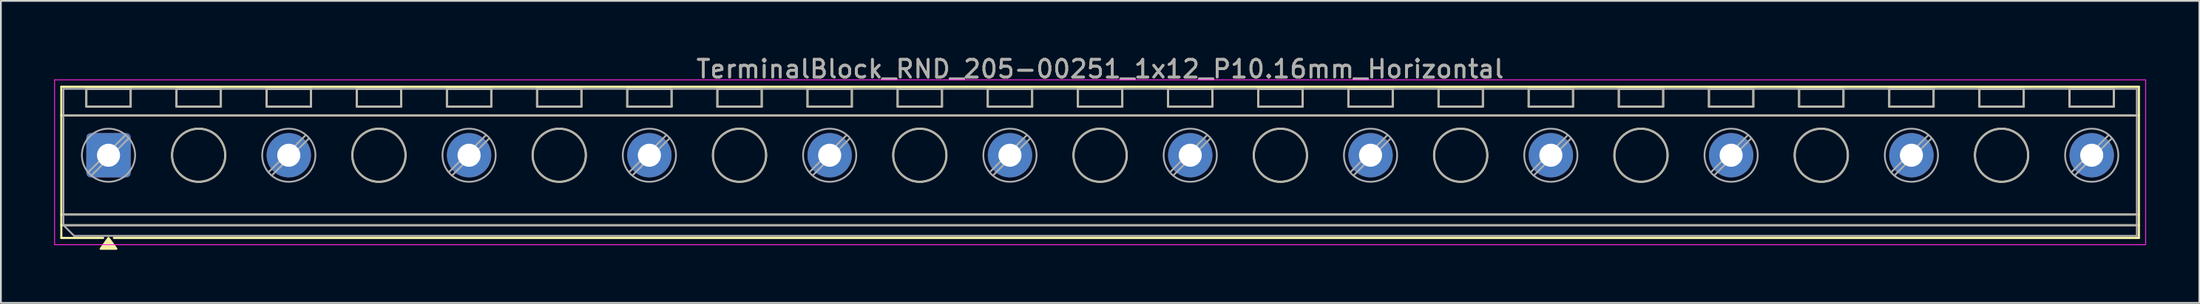
<source format=kicad_pcb>
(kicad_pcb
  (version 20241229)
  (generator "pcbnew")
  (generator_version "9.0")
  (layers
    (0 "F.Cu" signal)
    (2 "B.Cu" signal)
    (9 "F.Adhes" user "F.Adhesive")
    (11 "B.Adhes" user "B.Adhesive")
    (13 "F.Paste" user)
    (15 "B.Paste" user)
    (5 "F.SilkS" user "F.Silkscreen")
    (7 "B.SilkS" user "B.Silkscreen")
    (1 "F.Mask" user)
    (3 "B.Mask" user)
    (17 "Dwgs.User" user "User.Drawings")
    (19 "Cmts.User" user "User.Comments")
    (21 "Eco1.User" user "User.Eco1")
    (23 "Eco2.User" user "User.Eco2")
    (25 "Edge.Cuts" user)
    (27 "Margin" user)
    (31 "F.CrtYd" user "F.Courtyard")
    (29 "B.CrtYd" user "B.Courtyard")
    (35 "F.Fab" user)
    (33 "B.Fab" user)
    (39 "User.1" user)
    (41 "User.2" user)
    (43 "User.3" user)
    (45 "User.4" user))
  (footprint "TerminalBlock_RND_205-00251_1x12_P10.16mm_Horizontal"
    (layer "F.Cu")
    (at 3.065 5.718)
    (property "Reference" "TerminalBlock_RND_205-00251_1x12_P10.16mm_Horizontal" (at 55.88 -4.87 0) (layer "F.SilkS") (effects (font (size 1 1) (thickness 0.15))))
    (attr through_hole)
    (fp_line (start -2.66 -3.87) (end 114.42 -3.87) (stroke (width 0.12) (type solid)) (layer "F.SilkS"))
    (fp_line (start -2.66 -2.25) (end 114.42 -2.25) (stroke (width 0.12) (type solid)) (layer "F.SilkS"))
    (fp_line (start -2.66 3.35) (end 114.42 3.35) (stroke (width 0.12) (type solid)) (layer "F.SilkS"))
    (fp_line (start -2.66 3.95) (end 114.42 3.95) (stroke (width 0.12) (type solid)) (layer "F.SilkS"))
    (fp_line (start -2.66 4.67) (end -2.66 -3.87) (stroke (width 0.12) (type solid)) (layer "F.SilkS"))
    (fp_line (start -1.25 -3.75) (end 1.25 -3.75) (stroke (width 0.12) (type solid)) (layer "F.SilkS"))
    (fp_line (start -1.25 -2.75) (end -1.25 -3.75) (stroke (width 0.12) (type solid)) (layer "F.SilkS"))
    (fp_line (start -0.3 4.67) (end -2.66 4.67) (stroke (width 0.12) (type solid)) (layer "F.SilkS"))
    (fp_line (start 1.25 -3.75) (end 1.25 -2.75) (stroke (width 0.12) (type solid)) (layer "F.SilkS"))
    (fp_line (start 1.25 -2.75) (end -1.25 -2.75) (stroke (width 0.12) (type solid)) (layer "F.SilkS"))
    (fp_line (start 3.83 -3.75) (end 6.33 -3.75) (stroke (width 0.12) (type solid)) (layer "F.SilkS"))
    (fp_line (start 3.83 -2.75) (end 3.83 -3.75) (stroke (width 0.12) (type solid)) (layer "F.SilkS"))
    (fp_line (start 6.33 -3.75) (end 6.33 -2.75) (stroke (width 0.12) (type solid)) (layer "F.SilkS"))
    (fp_line (start 6.33 -2.75) (end 3.83 -2.75) (stroke (width 0.12) (type solid)) (layer "F.SilkS"))
    (fp_line (start 8.91 -3.75) (end 11.41 -3.75) (stroke (width 0.12) (type solid)) (layer "F.SilkS"))
    (fp_line (start 8.91 -2.75) (end 8.91 -3.75) (stroke (width 0.12) (type solid)) (layer "F.SilkS"))
    (fp_line (start 11.41 -3.75) (end 11.41 -2.75) (stroke (width 0.12) (type solid)) (layer "F.SilkS"))
    (fp_line (start 11.41 -2.75) (end 8.91 -2.75) (stroke (width 0.12) (type solid)) (layer "F.SilkS"))
    (fp_line (start 13.99 -3.75) (end 16.49 -3.75) (stroke (width 0.12) (type solid)) (layer "F.SilkS"))
    (fp_line (start 13.99 -2.75) (end 13.99 -3.75) (stroke (width 0.12) (type solid)) (layer "F.SilkS"))
    (fp_line (start 16.49 -3.75) (end 16.49 -2.75) (stroke (width 0.12) (type solid)) (layer "F.SilkS"))
    (fp_line (start 16.49 -2.75) (end 13.99 -2.75) (stroke (width 0.12) (type solid)) (layer "F.SilkS"))
    (fp_line (start 19.07 -3.75) (end 21.57 -3.75) (stroke (width 0.12) (type solid)) (layer "F.SilkS"))
    (fp_line (start 19.07 -2.75) (end 19.07 -3.75) (stroke (width 0.12) (type solid)) (layer "F.SilkS"))
    (fp_line (start 21.57 -3.75) (end 21.57 -2.75) (stroke (width 0.12) (type solid)) (layer "F.SilkS"))
    (fp_line (start 21.57 -2.75) (end 19.07 -2.75) (stroke (width 0.12) (type solid)) (layer "F.SilkS"))
    (fp_line (start 24.15 -3.75) (end 26.65 -3.75) (stroke (width 0.12) (type solid)) (layer "F.SilkS"))
    (fp_line (start 24.15 -2.75) (end 24.15 -3.75) (stroke (width 0.12) (type solid)) (layer "F.SilkS"))
    (fp_line (start 26.65 -3.75) (end 26.65 -2.75) (stroke (width 0.12) (type solid)) (layer "F.SilkS"))
    (fp_line (start 26.65 -2.75) (end 24.15 -2.75) (stroke (width 0.12) (type solid)) (layer "F.SilkS"))
    (fp_line (start 29.23 -3.75) (end 31.73 -3.75) (stroke (width 0.12) (type solid)) (layer "F.SilkS"))
    (fp_line (start 29.23 -2.75) (end 29.23 -3.75) (stroke (width 0.12) (type solid)) (layer "F.SilkS"))
    (fp_line (start 31.73 -3.75) (end 31.73 -2.75) (stroke (width 0.12) (type solid)) (layer "F.SilkS"))
    (fp_line (start 31.73 -2.75) (end 29.23 -2.75) (stroke (width 0.12) (type solid)) (layer "F.SilkS"))
    (fp_line (start 34.31 -3.75) (end 36.81 -3.75) (stroke (width 0.12) (type solid)) (layer "F.SilkS"))
    (fp_line (start 34.31 -2.75) (end 34.31 -3.75) (stroke (width 0.12) (type solid)) (layer "F.SilkS"))
    (fp_line (start 36.81 -3.75) (end 36.81 -2.75) (stroke (width 0.12) (type solid)) (layer "F.SilkS"))
    (fp_line (start 36.81 -2.75) (end 34.31 -2.75) (stroke (width 0.12) (type solid)) (layer "F.SilkS"))
    (fp_line (start 39.39 -3.75) (end 41.89 -3.75) (stroke (width 0.12) (type solid)) (layer "F.SilkS"))
    (fp_line (start 39.39 -2.75) (end 39.39 -3.75) (stroke (width 0.12) (type solid)) (layer "F.SilkS"))
    (fp_line (start 41.89 -3.75) (end 41.89 -2.75) (stroke (width 0.12) (type solid)) (layer "F.SilkS"))
    (fp_line (start 41.89 -2.75) (end 39.39 -2.75) (stroke (width 0.12) (type solid)) (layer "F.SilkS"))
    (fp_line (start 44.47 -3.75) (end 46.97 -3.75) (stroke (width 0.12) (type solid)) (layer "F.SilkS"))
    (fp_line (start 44.47 -2.75) (end 44.47 -3.75) (stroke (width 0.12) (type solid)) (layer "F.SilkS"))
    (fp_line (start 46.97 -3.75) (end 46.97 -2.75) (stroke (width 0.12) (type solid)) (layer "F.SilkS"))
    (fp_line (start 46.97 -2.75) (end 44.47 -2.75) (stroke (width 0.12) (type solid)) (layer "F.SilkS"))
    (fp_line (start 49.55 -3.75) (end 52.05 -3.75) (stroke (width 0.12) (type solid)) (layer "F.SilkS"))
    (fp_line (start 49.55 -2.75) (end 49.55 -3.75) (stroke (width 0.12) (type solid)) (layer "F.SilkS"))
    (fp_line (start 52.05 -3.75) (end 52.05 -2.75) (stroke (width 0.12) (type solid)) (layer "F.SilkS"))
    (fp_line (start 52.05 -2.75) (end 49.55 -2.75) (stroke (width 0.12) (type solid)) (layer "F.SilkS"))
    (fp_line (start 54.63 -3.75) (end 57.13 -3.75) (stroke (width 0.12) (type solid)) (layer "F.SilkS"))
    (fp_line (start 54.63 -2.75) (end 54.63 -3.75) (stroke (width 0.12) (type solid)) (layer "F.SilkS"))
    (fp_line (start 57.13 -3.75) (end 57.13 -2.75) (stroke (width 0.12) (type solid)) (layer "F.SilkS"))
    (fp_line (start 57.13 -2.75) (end 54.63 -2.75) (stroke (width 0.12) (type solid)) (layer "F.SilkS"))
    (fp_line (start 59.71 -3.75) (end 62.21 -3.75) (stroke (width 0.12) (type solid)) (layer "F.SilkS"))
    (fp_line (start 59.71 -2.75) (end 59.71 -3.75) (stroke (width 0.12) (type solid)) (layer "F.SilkS"))
    (fp_line (start 62.21 -3.75) (end 62.21 -2.75) (stroke (width 0.12) (type solid)) (layer "F.SilkS"))
    (fp_line (start 62.21 -2.75) (end 59.71 -2.75) (stroke (width 0.12) (type solid)) (layer "F.SilkS"))
    (fp_line (start 64.79 -3.75) (end 67.29 -3.75) (stroke (width 0.12) (type solid)) (layer "F.SilkS"))
    (fp_line (start 64.79 -2.75) (end 64.79 -3.75) (stroke (width 0.12) (type solid)) (layer "F.SilkS"))
    (fp_line (start 67.29 -3.75) (end 67.29 -2.75) (stroke (width 0.12) (type solid)) (layer "F.SilkS"))
    (fp_line (start 67.29 -2.75) (end 64.79 -2.75) (stroke (width 0.12) (type solid)) (layer "F.SilkS"))
    (fp_line (start 69.87 -3.75) (end 72.37 -3.75) (stroke (width 0.12) (type solid)) (layer "F.SilkS"))
    (fp_line (start 69.87 -2.75) (end 69.87 -3.75) (stroke (width 0.12) (type solid)) (layer "F.SilkS"))
    (fp_line (start 72.37 -3.75) (end 72.37 -2.75) (stroke (width 0.12) (type solid)) (layer "F.SilkS"))
    (fp_line (start 72.37 -2.75) (end 69.87 -2.75) (stroke (width 0.12) (type solid)) (layer "F.SilkS"))
    (fp_line (start 74.95 -3.75) (end 77.45 -3.75) (stroke (width 0.12) (type solid)) (layer "F.SilkS"))
    (fp_line (start 74.95 -2.75) (end 74.95 -3.75) (stroke (width 0.12) (type solid)) (layer "F.SilkS"))
    (fp_line (start 77.45 -3.75) (end 77.45 -2.75) (stroke (width 0.12) (type solid)) (layer "F.SilkS"))
    (fp_line (start 77.45 -2.75) (end 74.95 -2.75) (stroke (width 0.12) (type solid)) (layer "F.SilkS"))
    (fp_line (start 80.03 -3.75) (end 82.53 -3.75) (stroke (width 0.12) (type solid)) (layer "F.SilkS"))
    (fp_line (start 80.03 -2.75) (end 80.03 -3.75) (stroke (width 0.12) (type solid)) (layer "F.SilkS"))
    (fp_line (start 82.53 -3.75) (end 82.53 -2.75) (stroke (width 0.12) (type solid)) (layer "F.SilkS"))
    (fp_line (start 82.53 -2.75) (end 80.03 -2.75) (stroke (width 0.12) (type solid)) (layer "F.SilkS"))
    (fp_line (start 85.11 -3.75) (end 87.61 -3.75) (stroke (width 0.12) (type solid)) (layer "F.SilkS"))
    (fp_line (start 85.11 -2.75) (end 85.11 -3.75) (stroke (width 0.12) (type solid)) (layer "F.SilkS"))
    (fp_line (start 87.61 -3.75) (end 87.61 -2.75) (stroke (width 0.12) (type solid)) (layer "F.SilkS"))
    (fp_line (start 87.61 -2.75) (end 85.11 -2.75) (stroke (width 0.12) (type solid)) (layer "F.SilkS"))
    (fp_line (start 90.19 -3.75) (end 92.69 -3.75) (stroke (width 0.12) (type solid)) (layer "F.SilkS"))
    (fp_line (start 90.19 -2.75) (end 90.19 -3.75) (stroke (width 0.12) (type solid)) (layer "F.SilkS"))
    (fp_line (start 92.69 -3.75) (end 92.69 -2.75) (stroke (width 0.12) (type solid)) (layer "F.SilkS"))
    (fp_line (start 92.69 -2.75) (end 90.19 -2.75) (stroke (width 0.12) (type solid)) (layer "F.SilkS"))
    (fp_line (start 95.27 -3.75) (end 97.77 -3.75) (stroke (width 0.12) (type solid)) (layer "F.SilkS"))
    (fp_line (start 95.27 -2.75) (end 95.27 -3.75) (stroke (width 0.12) (type solid)) (layer "F.SilkS"))
    (fp_line (start 97.77 -3.75) (end 97.77 -2.75) (stroke (width 0.12) (type solid)) (layer "F.SilkS"))
    (fp_line (start 97.77 -2.75) (end 95.27 -2.75) (stroke (width 0.12) (type solid)) (layer "F.SilkS"))
    (fp_line (start 100.35 -3.75) (end 102.85 -3.75) (stroke (width 0.12) (type solid)) (layer "F.SilkS"))
    (fp_line (start 100.35 -2.75) (end 100.35 -3.75) (stroke (width 0.12) (type solid)) (layer "F.SilkS"))
    (fp_line (start 102.85 -3.75) (end 102.85 -2.75) (stroke (width 0.12) (type solid)) (layer "F.SilkS"))
    (fp_line (start 102.85 -2.75) (end 100.35 -2.75) (stroke (width 0.12) (type solid)) (layer "F.SilkS"))
    (fp_line (start 105.43 -3.75) (end 107.93 -3.75) (stroke (width 0.12) (type solid)) (layer "F.SilkS"))
    (fp_line (start 105.43 -2.75) (end 105.43 -3.75) (stroke (width 0.12) (type solid)) (layer "F.SilkS"))
    (fp_line (start 107.93 -3.75) (end 107.93 -2.75) (stroke (width 0.12) (type solid)) (layer "F.SilkS"))
    (fp_line (start 107.93 -2.75) (end 105.43 -2.75) (stroke (width 0.12) (type solid)) (layer "F.SilkS"))
    (fp_line (start 110.51 -3.75) (end 113.01 -3.75) (stroke (width 0.12) (type solid)) (layer "F.SilkS"))
    (fp_line (start 110.51 -2.75) (end 110.51 -3.75) (stroke (width 0.12) (type solid)) (layer "F.SilkS"))
    (fp_line (start 113.01 -3.75) (end 113.01 -2.75) (stroke (width 0.12) (type solid)) (layer "F.SilkS"))
    (fp_line (start 113.01 -2.75) (end 110.51 -2.75) (stroke (width 0.12) (type solid)) (layer "F.SilkS"))
    (fp_line (start 114.42 -3.87) (end 114.42 4.67) (stroke (width 0.12) (type solid)) (layer "F.SilkS"))
    (fp_line (start 114.42 4.67) (end 0.3 4.67) (stroke (width 0.12) (type solid)) (layer "F.SilkS"))
    (fp_circle (center 5.08 0) (end 6.58 0) (stroke (width 0.12) (type solid)) (fill no) (layer "F.SilkS"))
    (fp_circle (center 15.24 0) (end 16.74 0) (stroke (width 0.12) (type solid)) (fill no) (layer "F.SilkS"))
    (fp_circle (center 25.4 0) (end 26.9 0) (stroke (width 0.12) (type solid)) (fill no) (layer "F.SilkS"))
    (fp_circle (center 35.56 0) (end 37.06 0) (stroke (width 0.12) (type solid)) (fill no) (layer "F.SilkS"))
    (fp_circle (center 45.72 0) (end 47.22 0) (stroke (width 0.12) (type solid)) (fill no) (layer "F.SilkS"))
    (fp_circle (center 55.88 0) (end 57.38 0) (stroke (width 0.12) (type solid)) (fill no) (layer "F.SilkS"))
    (fp_circle (center 66.04 0) (end 67.54 0) (stroke (width 0.12) (type solid)) (fill no) (layer "F.SilkS"))
    (fp_circle (center 76.2 0) (end 77.7 0) (stroke (width 0.12) (type solid)) (fill no) (layer "F.SilkS"))
    (fp_circle (center 86.36 0) (end 87.86 0) (stroke (width 0.12) (type solid)) (fill no) (layer "F.SilkS"))
    (fp_circle (center 96.52 0) (end 98.02 0) (stroke (width 0.12) (type solid)) (fill no) (layer "F.SilkS"))
    (fp_circle (center 106.68 0) (end 108.18 0) (stroke (width 0.12) (type solid)) (fill no) (layer "F.SilkS"))
    (fp_poly (pts (xy 0 4.67) (xy 0.44 5.28) (xy -0.44 5.28)) (stroke (width 0.12) (type solid)) (fill yes) (layer "F.SilkS"))
    (fp_line (start -3.04 -4.26) (end -3.04 5.05) (stroke (width 0.05) (type solid)) (layer "F.CrtYd"))
    (fp_line (start -3.04 5.05) (end 114.8 5.05) (stroke (width 0.05) (type solid)) (layer "F.CrtYd"))
    (fp_line (start 114.8 -4.26) (end -3.04 -4.26) (stroke (width 0.05) (type solid)) (layer "F.CrtYd"))
    (fp_line (start 114.8 5.05) (end 114.8 -4.26) (stroke (width 0.05) (type solid)) (layer "F.CrtYd"))
    (fp_line (start -2.54 -3.75) (end 114.3 -3.75) (stroke (width 0.1) (type solid)) (layer "F.Fab"))
    (fp_line (start -2.54 -2.25) (end 114.3 -2.25) (stroke (width 0.1) (type solid)) (layer "F.Fab"))
    (fp_line (start -2.54 3.35) (end 114.3 3.35) (stroke (width 0.1) (type solid)) (layer "F.Fab"))
    (fp_line (start -2.54 3.95) (end -2.54 -3.75) (stroke (width 0.1) (type solid)) (layer "F.Fab"))
    (fp_line (start -2.54 3.95) (end 114.3 3.95) (stroke (width 0.1) (type solid)) (layer "F.Fab"))
    (fp_line (start -1.94 4.55) (end -2.54 3.95) (stroke (width 0.1) (type solid)) (layer "F.Fab"))
    (fp_line (start -1.25 -3.75) (end -1.25 -2.75) (stroke (width 0.1) (type solid)) (layer "F.Fab"))
    (fp_line (start -1.25 -2.75) (end 1.25 -2.75) (stroke (width 0.1) (type solid)) (layer "F.Fab"))
    (fp_line (start 0.955 -1.138) (end -1.138 0.955) (stroke (width 0.1) (type solid)) (layer "F.Fab"))
    (fp_line (start 1.138 -0.955) (end -0.955 1.138) (stroke (width 0.1) (type solid)) (layer "F.Fab"))
    (fp_line (start 1.25 -3.75) (end -1.25 -3.75) (stroke (width 0.1) (type solid)) (layer "F.Fab"))
    (fp_line (start 1.25 -2.75) (end 1.25 -3.75) (stroke (width 0.1) (type solid)) (layer "F.Fab"))
    (fp_line (start 3.83 -3.75) (end 3.83 -2.75) (stroke (width 0.1) (type solid)) (layer "F.Fab"))
    (fp_line (start 3.83 -2.75) (end 6.33 -2.75) (stroke (width 0.1) (type solid)) (layer "F.Fab"))
    (fp_line (start 6.33 -3.75) (end 3.83 -3.75) (stroke (width 0.1) (type solid)) (layer "F.Fab"))
    (fp_line (start 6.33 -2.75) (end 6.33 -3.75) (stroke (width 0.1) (type solid)) (layer "F.Fab"))
    (fp_line (start 8.91 -3.75) (end 8.91 -2.75) (stroke (width 0.1) (type solid)) (layer "F.Fab"))
    (fp_line (start 8.91 -2.75) (end 11.41 -2.75) (stroke (width 0.1) (type solid)) (layer "F.Fab"))
    (fp_line (start 11.115 -1.138) (end 9.022 0.955) (stroke (width 0.1) (type solid)) (layer "F.Fab"))
    (fp_line (start 11.298 -0.955) (end 9.205 1.138) (stroke (width 0.1) (type solid)) (layer "F.Fab"))
    (fp_line (start 11.41 -3.75) (end 8.91 -3.75) (stroke (width 0.1) (type solid)) (layer "F.Fab"))
    (fp_line (start 11.41 -2.75) (end 11.41 -3.75) (stroke (width 0.1) (type solid)) (layer "F.Fab"))
    (fp_line (start 13.99 -3.75) (end 13.99 -2.75) (stroke (width 0.1) (type solid)) (layer "F.Fab"))
    (fp_line (start 13.99 -2.75) (end 16.49 -2.75) (stroke (width 0.1) (type solid)) (layer "F.Fab"))
    (fp_line (start 16.49 -3.75) (end 13.99 -3.75) (stroke (width 0.1) (type solid)) (layer "F.Fab"))
    (fp_line (start 16.49 -2.75) (end 16.49 -3.75) (stroke (width 0.1) (type solid)) (layer "F.Fab"))
    (fp_line (start 19.07 -3.75) (end 19.07 -2.75) (stroke (width 0.1) (type solid)) (layer "F.Fab"))
    (fp_line (start 19.07 -2.75) (end 21.57 -2.75) (stroke (width 0.1) (type solid)) (layer "F.Fab"))
    (fp_line (start 21.275 -1.138) (end 19.182 0.955) (stroke (width 0.1) (type solid)) (layer "F.Fab"))
    (fp_line (start 21.458 -0.955) (end 19.365 1.138) (stroke (width 0.1) (type solid)) (layer "F.Fab"))
    (fp_line (start 21.57 -3.75) (end 19.07 -3.75) (stroke (width 0.1) (type solid)) (layer "F.Fab"))
    (fp_line (start 21.57 -2.75) (end 21.57 -3.75) (stroke (width 0.1) (type solid)) (layer "F.Fab"))
    (fp_line (start 24.15 -3.75) (end 24.15 -2.75) (stroke (width 0.1) (type solid)) (layer "F.Fab"))
    (fp_line (start 24.15 -2.75) (end 26.65 -2.75) (stroke (width 0.1) (type solid)) (layer "F.Fab"))
    (fp_line (start 26.65 -3.75) (end 24.15 -3.75) (stroke (width 0.1) (type solid)) (layer "F.Fab"))
    (fp_line (start 26.65 -2.75) (end 26.65 -3.75) (stroke (width 0.1) (type solid)) (layer "F.Fab"))
    (fp_line (start 29.23 -3.75) (end 29.23 -2.75) (stroke (width 0.1) (type solid)) (layer "F.Fab"))
    (fp_line (start 29.23 -2.75) (end 31.73 -2.75) (stroke (width 0.1) (type solid)) (layer "F.Fab"))
    (fp_line (start 31.435 -1.138) (end 29.342 0.955) (stroke (width 0.1) (type solid)) (layer "F.Fab"))
    (fp_line (start 31.618 -0.955) (end 29.525 1.138) (stroke (width 0.1) (type solid)) (layer "F.Fab"))
    (fp_line (start 31.73 -3.75) (end 29.23 -3.75) (stroke (width 0.1) (type solid)) (layer "F.Fab"))
    (fp_line (start 31.73 -2.75) (end 31.73 -3.75) (stroke (width 0.1) (type solid)) (layer "F.Fab"))
    (fp_line (start 34.31 -3.75) (end 34.31 -2.75) (stroke (width 0.1) (type solid)) (layer "F.Fab"))
    (fp_line (start 34.31 -2.75) (end 36.81 -2.75) (stroke (width 0.1) (type solid)) (layer "F.Fab"))
    (fp_line (start 36.81 -3.75) (end 34.31 -3.75) (stroke (width 0.1) (type solid)) (layer "F.Fab"))
    (fp_line (start 36.81 -2.75) (end 36.81 -3.75) (stroke (width 0.1) (type solid)) (layer "F.Fab"))
    (fp_line (start 39.39 -3.75) (end 39.39 -2.75) (stroke (width 0.1) (type solid)) (layer "F.Fab"))
    (fp_line (start 39.39 -2.75) (end 41.89 -2.75) (stroke (width 0.1) (type solid)) (layer "F.Fab"))
    (fp_line (start 41.595 -1.138) (end 39.502 0.955) (stroke (width 0.1) (type solid)) (layer "F.Fab"))
    (fp_line (start 41.778 -0.955) (end 39.685 1.138) (stroke (width 0.1) (type solid)) (layer "F.Fab"))
    (fp_line (start 41.89 -3.75) (end 39.39 -3.75) (stroke (width 0.1) (type solid)) (layer "F.Fab"))
    (fp_line (start 41.89 -2.75) (end 41.89 -3.75) (stroke (width 0.1) (type solid)) (layer "F.Fab"))
    (fp_line (start 44.47 -3.75) (end 44.47 -2.75) (stroke (width 0.1) (type solid)) (layer "F.Fab"))
    (fp_line (start 44.47 -2.75) (end 46.97 -2.75) (stroke (width 0.1) (type solid)) (layer "F.Fab"))
    (fp_line (start 46.97 -3.75) (end 44.47 -3.75) (stroke (width 0.1) (type solid)) (layer "F.Fab"))
    (fp_line (start 46.97 -2.75) (end 46.97 -3.75) (stroke (width 0.1) (type solid)) (layer "F.Fab"))
    (fp_line (start 49.55 -3.75) (end 49.55 -2.75) (stroke (width 0.1) (type solid)) (layer "F.Fab"))
    (fp_line (start 49.55 -2.75) (end 52.05 -2.75) (stroke (width 0.1) (type solid)) (layer "F.Fab"))
    (fp_line (start 51.755 -1.138) (end 49.662 0.955) (stroke (width 0.1) (type solid)) (layer "F.Fab"))
    (fp_line (start 51.938 -0.955) (end 49.845 1.138) (stroke (width 0.1) (type solid)) (layer "F.Fab"))
    (fp_line (start 52.05 -3.75) (end 49.55 -3.75) (stroke (width 0.1) (type solid)) (layer "F.Fab"))
    (fp_line (start 52.05 -2.75) (end 52.05 -3.75) (stroke (width 0.1) (type solid)) (layer "F.Fab"))
    (fp_line (start 54.63 -3.75) (end 54.63 -2.75) (stroke (width 0.1) (type solid)) (layer "F.Fab"))
    (fp_line (start 54.63 -2.75) (end 57.13 -2.75) (stroke (width 0.1) (type solid)) (layer "F.Fab"))
    (fp_line (start 57.13 -3.75) (end 54.63 -3.75) (stroke (width 0.1) (type solid)) (layer "F.Fab"))
    (fp_line (start 57.13 -2.75) (end 57.13 -3.75) (stroke (width 0.1) (type solid)) (layer "F.Fab"))
    (fp_line (start 59.71 -3.75) (end 59.71 -2.75) (stroke (width 0.1) (type solid)) (layer "F.Fab"))
    (fp_line (start 59.71 -2.75) (end 62.21 -2.75) (stroke (width 0.1) (type solid)) (layer "F.Fab"))
    (fp_line (start 61.915 -1.138) (end 59.822 0.955) (stroke (width 0.1) (type solid)) (layer "F.Fab"))
    (fp_line (start 62.098 -0.955) (end 60.005 1.138) (stroke (width 0.1) (type solid)) (layer "F.Fab"))
    (fp_line (start 62.21 -3.75) (end 59.71 -3.75) (stroke (width 0.1) (type solid)) (layer "F.Fab"))
    (fp_line (start 62.21 -2.75) (end 62.21 -3.75) (stroke (width 0.1) (type solid)) (layer "F.Fab"))
    (fp_line (start 64.79 -3.75) (end 64.79 -2.75) (stroke (width 0.1) (type solid)) (layer "F.Fab"))
    (fp_line (start 64.79 -2.75) (end 67.29 -2.75) (stroke (width 0.1) (type solid)) (layer "F.Fab"))
    (fp_line (start 67.29 -3.75) (end 64.79 -3.75) (stroke (width 0.1) (type solid)) (layer "F.Fab"))
    (fp_line (start 67.29 -2.75) (end 67.29 -3.75) (stroke (width 0.1) (type solid)) (layer "F.Fab"))
    (fp_line (start 69.87 -3.75) (end 69.87 -2.75) (stroke (width 0.1) (type solid)) (layer "F.Fab"))
    (fp_line (start 69.87 -2.75) (end 72.37 -2.75) (stroke (width 0.1) (type solid)) (layer "F.Fab"))
    (fp_line (start 72.075 -1.138) (end 69.982 0.955) (stroke (width 0.1) (type solid)) (layer "F.Fab"))
    (fp_line (start 72.258 -0.955) (end 70.165 1.138) (stroke (width 0.1) (type solid)) (layer "F.Fab"))
    (fp_line (start 72.37 -3.75) (end 69.87 -3.75) (stroke (width 0.1) (type solid)) (layer "F.Fab"))
    (fp_line (start 72.37 -2.75) (end 72.37 -3.75) (stroke (width 0.1) (type solid)) (layer "F.Fab"))
    (fp_line (start 74.95 -3.75) (end 74.95 -2.75) (stroke (width 0.1) (type solid)) (layer "F.Fab"))
    (fp_line (start 74.95 -2.75) (end 77.45 -2.75) (stroke (width 0.1) (type solid)) (layer "F.Fab"))
    (fp_line (start 77.45 -3.75) (end 74.95 -3.75) (stroke (width 0.1) (type solid)) (layer "F.Fab"))
    (fp_line (start 77.45 -2.75) (end 77.45 -3.75) (stroke (width 0.1) (type solid)) (layer "F.Fab"))
    (fp_line (start 80.03 -3.75) (end 80.03 -2.75) (stroke (width 0.1) (type solid)) (layer "F.Fab"))
    (fp_line (start 80.03 -2.75) (end 82.53 -2.75) (stroke (width 0.1) (type solid)) (layer "F.Fab"))
    (fp_line (start 82.235 -1.138) (end 80.142 0.955) (stroke (width 0.1) (type solid)) (layer "F.Fab"))
    (fp_line (start 82.418 -0.955) (end 80.325 1.138) (stroke (width 0.1) (type solid)) (layer "F.Fab"))
    (fp_line (start 82.53 -3.75) (end 80.03 -3.75) (stroke (width 0.1) (type solid)) (layer "F.Fab"))
    (fp_line (start 82.53 -2.75) (end 82.53 -3.75) (stroke (width 0.1) (type solid)) (layer "F.Fab"))
    (fp_line (start 85.11 -3.75) (end 85.11 -2.75) (stroke (width 0.1) (type solid)) (layer "F.Fab"))
    (fp_line (start 85.11 -2.75) (end 87.61 -2.75) (stroke (width 0.1) (type solid)) (layer "F.Fab"))
    (fp_line (start 87.61 -3.75) (end 85.11 -3.75) (stroke (width 0.1) (type solid)) (layer "F.Fab"))
    (fp_line (start 87.61 -2.75) (end 87.61 -3.75) (stroke (width 0.1) (type solid)) (layer "F.Fab"))
    (fp_line (start 90.19 -3.75) (end 90.19 -2.75) (stroke (width 0.1) (type solid)) (layer "F.Fab"))
    (fp_line (start 90.19 -2.75) (end 92.69 -2.75) (stroke (width 0.1) (type solid)) (layer "F.Fab"))
    (fp_line (start 92.395 -1.138) (end 90.302 0.955) (stroke (width 0.1) (type solid)) (layer "F.Fab"))
    (fp_line (start 92.578 -0.955) (end 90.485 1.138) (stroke (width 0.1) (type solid)) (layer "F.Fab"))
    (fp_line (start 92.69 -3.75) (end 90.19 -3.75) (stroke (width 0.1) (type solid)) (layer "F.Fab"))
    (fp_line (start 92.69 -2.75) (end 92.69 -3.75) (stroke (width 0.1) (type solid)) (layer "F.Fab"))
    (fp_line (start 95.27 -3.75) (end 95.27 -2.75) (stroke (width 0.1) (type solid)) (layer "F.Fab"))
    (fp_line (start 95.27 -2.75) (end 97.77 -2.75) (stroke (width 0.1) (type solid)) (layer "F.Fab"))
    (fp_line (start 97.77 -3.75) (end 95.27 -3.75) (stroke (width 0.1) (type solid)) (layer "F.Fab"))
    (fp_line (start 97.77 -2.75) (end 97.77 -3.75) (stroke (width 0.1) (type solid)) (layer "F.Fab"))
    (fp_line (start 100.35 -3.75) (end 100.35 -2.75) (stroke (width 0.1) (type solid)) (layer "F.Fab"))
    (fp_line (start 100.35 -2.75) (end 102.85 -2.75) (stroke (width 0.1) (type solid)) (layer "F.Fab"))
    (fp_line (start 102.555 -1.138) (end 100.462 0.955) (stroke (width 0.1) (type solid)) (layer "F.Fab"))
    (fp_line (start 102.738 -0.955) (end 100.645 1.138) (stroke (width 0.1) (type solid)) (layer "F.Fab"))
    (fp_line (start 102.85 -3.75) (end 100.35 -3.75) (stroke (width 0.1) (type solid)) (layer "F.Fab"))
    (fp_line (start 102.85 -2.75) (end 102.85 -3.75) (stroke (width 0.1) (type solid)) (layer "F.Fab"))
    (fp_line (start 105.43 -3.75) (end 105.43 -2.75) (stroke (width 0.1) (type solid)) (layer "F.Fab"))
    (fp_line (start 105.43 -2.75) (end 107.93 -2.75) (stroke (width 0.1) (type solid)) (layer "F.Fab"))
    (fp_line (start 107.93 -3.75) (end 105.43 -3.75) (stroke (width 0.1) (type solid)) (layer "F.Fab"))
    (fp_line (start 107.93 -2.75) (end 107.93 -3.75) (stroke (width 0.1) (type solid)) (layer "F.Fab"))
    (fp_line (start 110.51 -3.75) (end 110.51 -2.75) (stroke (width 0.1) (type solid)) (layer "F.Fab"))
    (fp_line (start 110.51 -2.75) (end 113.01 -2.75) (stroke (width 0.1) (type solid)) (layer "F.Fab"))
    (fp_line (start 112.715 -1.138) (end 110.622 0.955) (stroke (width 0.1) (type solid)) (layer "F.Fab"))
    (fp_line (start 112.898 -0.955) (end 110.805 1.138) (stroke (width 0.1) (type solid)) (layer "F.Fab"))
    (fp_line (start 113.01 -3.75) (end 110.51 -3.75) (stroke (width 0.1) (type solid)) (layer "F.Fab"))
    (fp_line (start 113.01 -2.75) (end 113.01 -3.75) (stroke (width 0.1) (type solid)) (layer "F.Fab"))
    (fp_line (start 114.3 -3.75) (end 114.3 4.55) (stroke (width 0.1) (type solid)) (layer "F.Fab"))
    (fp_line (start 114.3 4.55) (end -1.94 4.55) (stroke (width 0.1) (type solid)) (layer "F.Fab"))
    (fp_circle (center 0 0) (end 1.5 0) (stroke (width 0.1) (type solid)) (fill no) (layer "F.Fab"))
    (fp_circle (center 5.08 0) (end 6.58 0) (stroke (width 0.1) (type solid)) (fill no) (layer "F.Fab"))
    (fp_circle (center 10.16 0) (end 11.66 0) (stroke (width 0.1) (type solid)) (fill no) (layer "F.Fab"))
    (fp_circle (center 15.24 0) (end 16.74 0) (stroke (width 0.1) (type solid)) (fill no) (layer "F.Fab"))
    (fp_circle (center 20.32 0) (end 21.82 0) (stroke (width 0.1) (type solid)) (fill no) (layer "F.Fab"))
    (fp_circle (center 25.4 0) (end 26.9 0) (stroke (width 0.1) (type solid)) (fill no) (layer "F.Fab"))
    (fp_circle (center 30.48 0) (end 31.98 0) (stroke (width 0.1) (type solid)) (fill no) (layer "F.Fab"))
    (fp_circle (center 35.56 0) (end 37.06 0) (stroke (width 0.1) (type solid)) (fill no) (layer "F.Fab"))
    (fp_circle (center 40.64 0) (end 42.14 0) (stroke (width 0.1) (type solid)) (fill no) (layer "F.Fab"))
    (fp_circle (center 45.72 0) (end 47.22 0) (stroke (width 0.1) (type solid)) (fill no) (layer "F.Fab"))
    (fp_circle (center 50.8 0) (end 52.3 0) (stroke (width 0.1) (type solid)) (fill no) (layer "F.Fab"))
    (fp_circle (center 55.88 0) (end 57.38 0) (stroke (width 0.1) (type solid)) (fill no) (layer "F.Fab"))
    (fp_circle (center 60.96 0) (end 62.46 0) (stroke (width 0.1) (type solid)) (fill no) (layer "F.Fab"))
    (fp_circle (center 66.04 0) (end 67.54 0) (stroke (width 0.1) (type solid)) (fill no) (layer "F.Fab"))
    (fp_circle (center 71.12 0) (end 72.62 0) (stroke (width 0.1) (type solid)) (fill no) (layer "F.Fab"))
    (fp_circle (center 76.2 0) (end 77.7 0) (stroke (width 0.1) (type solid)) (fill no) (layer "F.Fab"))
    (fp_circle (center 81.28 0) (end 82.78 0) (stroke (width 0.1) (type solid)) (fill no) (layer "F.Fab"))
    (fp_circle (center 86.36 0) (end 87.86 0) (stroke (width 0.1) (type solid)) (fill no) (layer "F.Fab"))
    (fp_circle (center 91.44 0) (end 92.94 0) (stroke (width 0.1) (type solid)) (fill no) (layer "F.Fab"))
    (fp_circle (center 96.52 0) (end 98.02 0) (stroke (width 0.1) (type solid)) (fill no) (layer "F.Fab"))
    (fp_circle (center 101.6 0) (end 103.1 0) (stroke (width 0.1) (type solid)) (fill no) (layer "F.Fab"))
    (fp_circle (center 106.68 0) (end 108.18 0) (stroke (width 0.1) (type solid)) (fill no) (layer "F.Fab"))
    (fp_circle (center 111.76 0) (end 113.26 0) (stroke (width 0.1) (type solid)) (fill no) (layer "F.Fab"))
    (fp_text user "${REFERENCE}" (at 55.88 -4.87 0) (layer "F.Fab") (effects (font (size 1 1) (thickness 0.15))))
    (pad "1" thru_hole roundrect (at 0 0) (size 2.5 2.5) (drill 1.3) (layers "*.Cu" "*.Mask") (roundrect_rratio 0.1))
    (pad "2" thru_hole circle (at 10.16 0) (size 2.5 2.5) (drill 1.3) (layers "*.Cu" "*.Mask"))
    (pad "3" thru_hole circle (at 20.32 0) (size 2.5 2.5) (drill 1.3) (layers "*.Cu" "*.Mask"))
    (pad "4" thru_hole circle (at 30.48 0) (size 2.5 2.5) (drill 1.3) (layers "*.Cu" "*.Mask"))
    (pad "5" thru_hole circle (at 40.64 0) (size 2.5 2.5) (drill 1.3) (layers "*.Cu" "*.Mask"))
    (pad "6" thru_hole circle (at 50.8 0) (size 2.5 2.5) (drill 1.3) (layers "*.Cu" "*.Mask"))
    (pad "7" thru_hole circle (at 60.96 0) (size 2.5 2.5) (drill 1.3) (layers "*.Cu" "*.Mask"))
    (pad "8" thru_hole circle (at 71.12 0) (size 2.5 2.5) (drill 1.3) (layers "*.Cu" "*.Mask"))
    (pad "9" thru_hole circle (at 81.28 0) (size 2.5 2.5) (drill 1.3) (layers "*.Cu" "*.Mask"))
    (pad "10" thru_hole circle (at 91.44 0) (size 2.5 2.5) (drill 1.3) (layers "*.Cu" "*.Mask"))
    (pad "11" thru_hole circle (at 101.6 0) (size 2.5 2.5) (drill 1.3) (layers "*.Cu" "*.Mask"))
    (pad "12" thru_hole circle (at 111.76 0) (size 2.5 2.5) (drill 1.3) (layers "*.Cu" "*.Mask")))
  (gr_rect
    (start -3 -3)
    (end 120.89 14.058)
    (stroke (width 0.1) (type default))
    (fill no)
    (layer "Edge.Cuts")))
</source>
